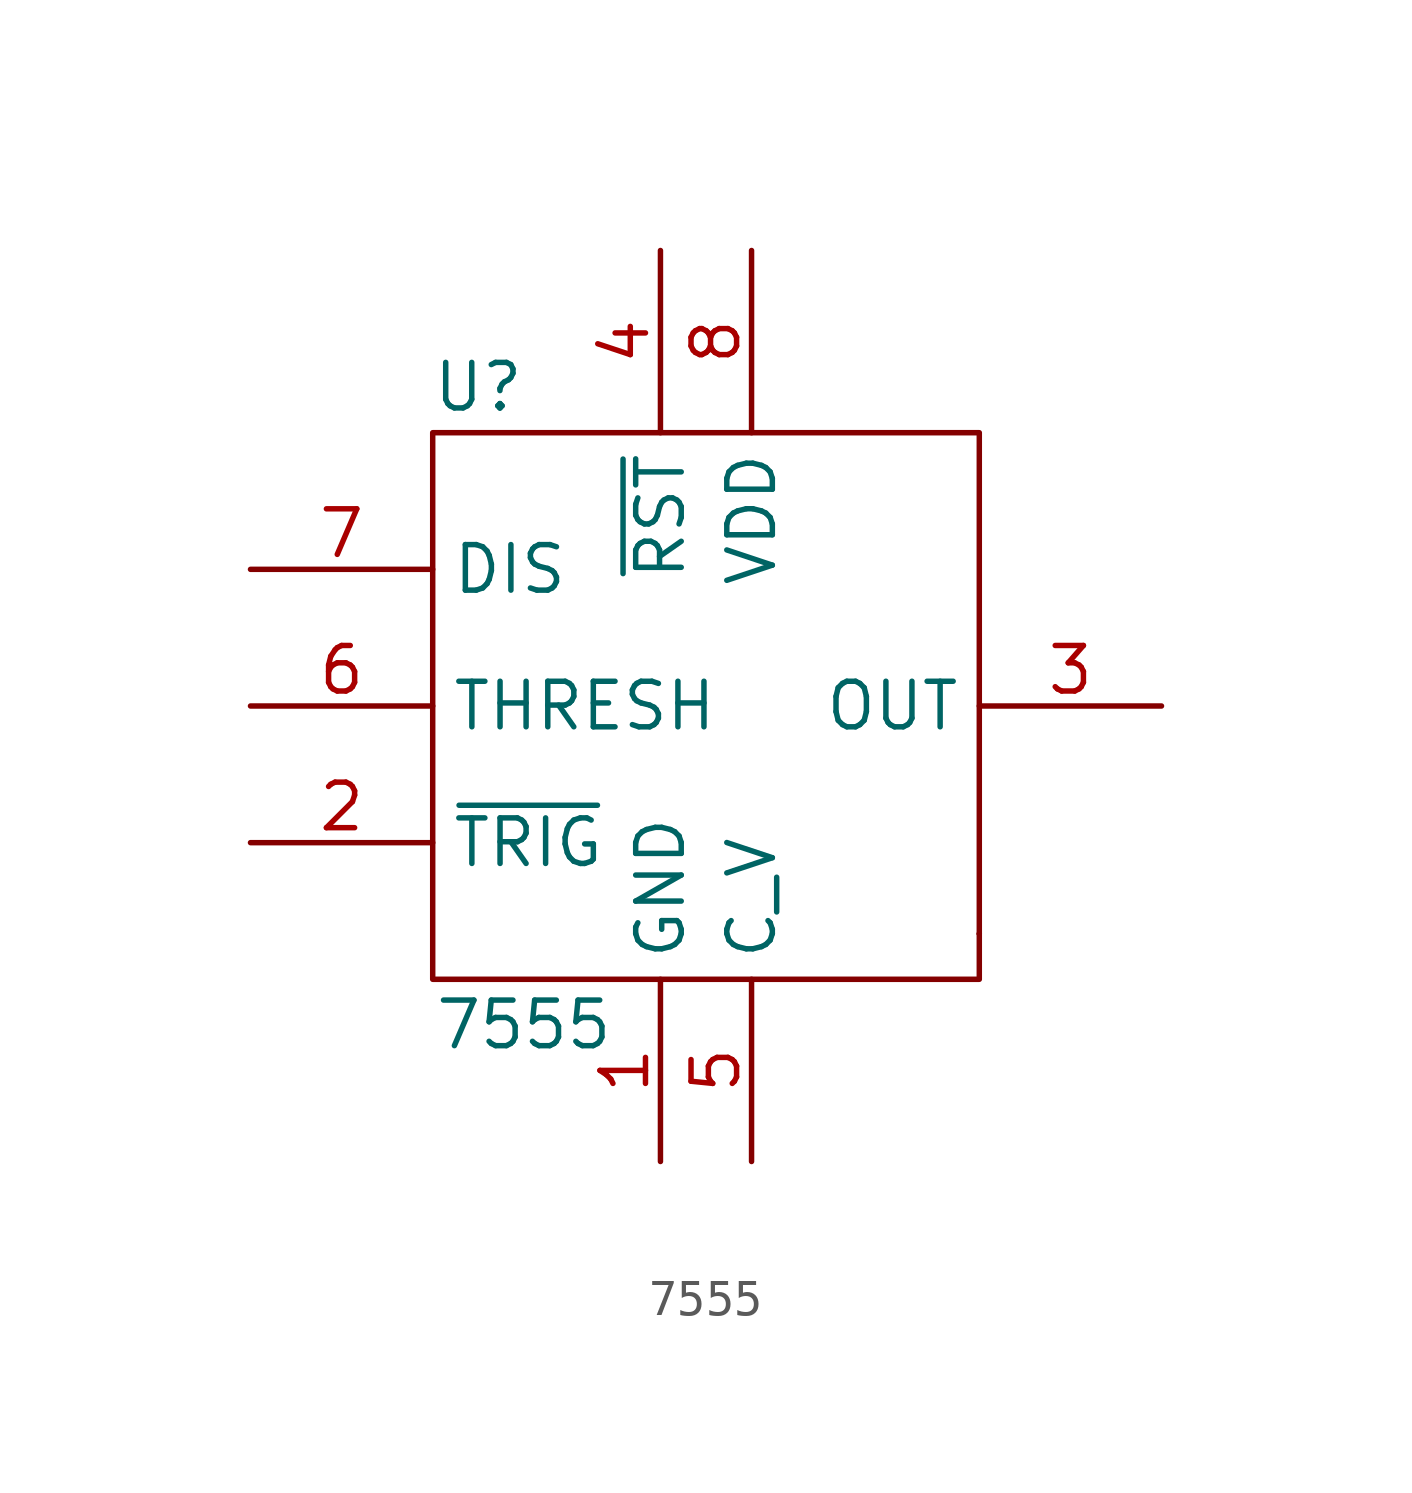
<source format=kicad_sym>
(kicad_symbol_lib
  (version 20211014)
  (generator kicad_symbol_editor)
  (symbol "7555"
    (property "Reference" "U"
      (at -6.35 8.89 0)
      (effects (font (size 1.27 1.27))))
    (property "Value" "7555"
      (at -5.08 -8.89 0)
      (effects (font (size 1.27 1.27))))
    (property "Footprint" ""
      (at 0 7.62 0)
      (effects (font (size 1.27 1.27))))
    (symbol "7555_0_1"
      (rectangle (start -7.62 7.62) (end 7.62 -7.62) (stroke (width 0) (type default) (color 0 0 0 0)) (fill (type none)))
      (rectangle (start 7.62 -6.35) (end 7.62 -6.35) (stroke (width 0) (type default) (color 0 0 0 0)) (fill (type none)))
      (rectangle (start 7.62 -6.35) (end 7.62 -6.35) (stroke (width 0) (type default) (color 0 0 0 0)) (fill (type none))))
    (symbol "7555_1_1"
      (pin input line (at -1.27 -12.7 90) (length 5.08) (name "GND" (effects (font (size 1.27 1.27)))) (number "1" (effects (font (size 1.27 1.27)))))
      (pin input line (at -12.7 -3.81 0) (length 5.08) (name "~{TRIG}" (effects (font (size 1.27 1.27)))) (number "2" (effects (font (size 1.27 1.27)))))
      (pin input line (at 12.7 0 180) (length 5.08) (name "OUT" (effects (font (size 1.27 1.27)))) (number "3" (effects (font (size 1.27 1.27)))))
      (pin input line (at -1.27 12.7 270) (length 5.08) (name "~{RST}" (effects (font (size 1.27 1.27)))) (number "4" (effects (font (size 1.27 1.27)))))
      (pin input line (at 1.27 -12.7 90) (length 5.08) (name "C_V" (effects (font (size 1.27 1.27)))) (number "5" (effects (font (size 1.27 1.27)))))
      (pin input line (at -12.7 0 0) (length 5.08) (name "THRESH" (effects (font (size 1.27 1.27)))) (number "6" (effects (font (size 1.27 1.27)))))
      (pin input line (at -12.7 3.81 0) (length 5.08) (name "DIS" (effects (font (size 1.27 1.27)))) (number "7" (effects (font (size 1.27 1.27)))))
      (pin input line (at 1.27 12.7 270) (length 5.08) (name "VDD" (effects (font (size 1.27 1.27)))) (number "8" (effects (font (size 1.27 1.27))))))))
</source>
